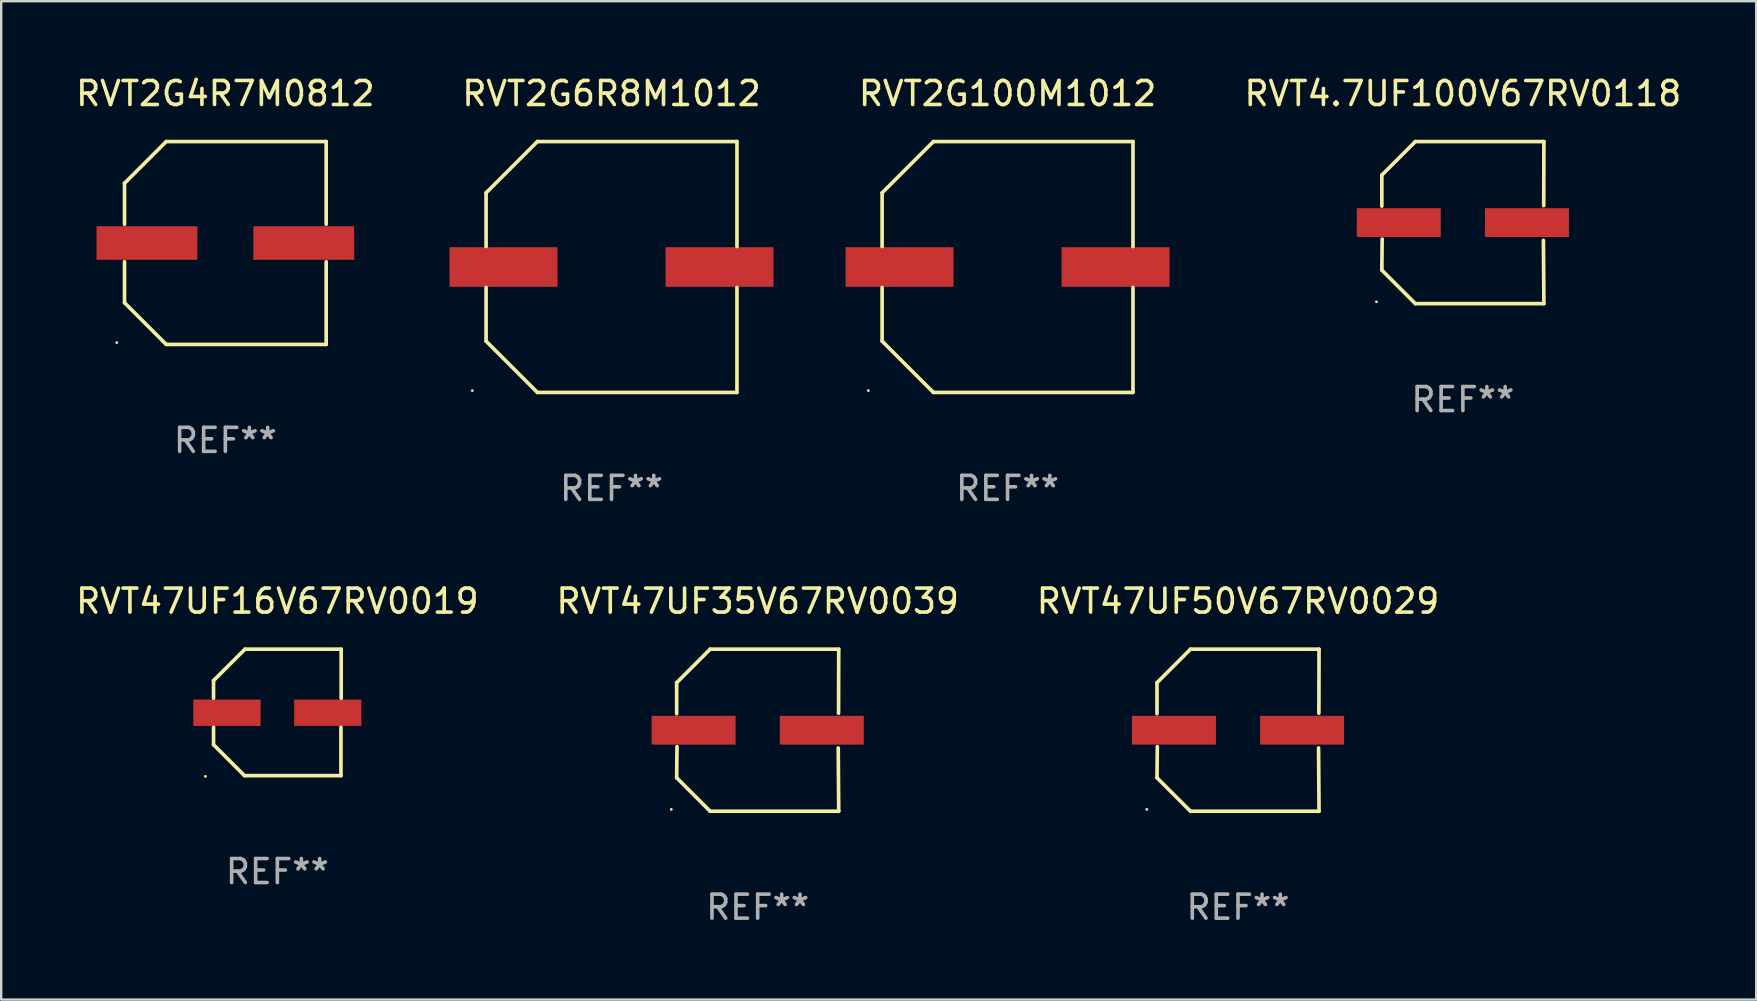
<source format=kicad_pcb>
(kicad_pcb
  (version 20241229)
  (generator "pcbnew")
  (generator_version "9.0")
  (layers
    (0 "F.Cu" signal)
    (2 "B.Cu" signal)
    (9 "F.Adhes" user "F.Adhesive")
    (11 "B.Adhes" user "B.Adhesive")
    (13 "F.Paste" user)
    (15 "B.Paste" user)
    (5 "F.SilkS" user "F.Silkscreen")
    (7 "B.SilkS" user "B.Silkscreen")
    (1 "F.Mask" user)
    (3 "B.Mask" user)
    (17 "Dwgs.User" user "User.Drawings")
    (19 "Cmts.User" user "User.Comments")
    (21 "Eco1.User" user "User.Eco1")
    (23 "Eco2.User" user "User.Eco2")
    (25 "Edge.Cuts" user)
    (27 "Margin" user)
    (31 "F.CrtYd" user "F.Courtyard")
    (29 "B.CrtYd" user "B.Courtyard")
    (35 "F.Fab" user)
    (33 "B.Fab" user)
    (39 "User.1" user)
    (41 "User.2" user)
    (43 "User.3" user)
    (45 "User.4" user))
  (footprint "RVT2G4R7M0812"
    (layer "F.Cu")
    (at 6.339 7.074)
    (property "Reference" "RVT2G4R7M0812" (at 0 -6.226 0) (layer "F.SilkS") (effects (font (size 1 1) (thickness 0.15))))
    (attr through_hole)
    (fp_line (start -4.201 -2.49) (end -4.201 -0.782) (stroke (width 0.152) (type solid)) (layer "F.SilkS"))
    (fp_line (start -4.201 2.49) (end -4.201 0.782) (stroke (width 0.152) (type solid)) (layer "F.SilkS"))
    (fp_line (start -2.465 -4.226) (end -4.201 -2.49) (stroke (width 0.152) (type solid)) (layer "F.SilkS"))
    (fp_line (start -2.465 4.226) (end -4.201 2.49) (stroke (width 0.152) (type solid)) (layer "F.SilkS"))
    (fp_line (start 4.201 -4.226) (end -2.465 -4.226) (stroke (width 0.152) (type solid)) (layer "F.SilkS"))
    (fp_line (start 4.201 -0.782) (end 4.201 -4.226) (stroke (width 0.152) (type solid)) (layer "F.SilkS"))
    (fp_line (start 4.201 0.782) (end 4.201 4.226) (stroke (width 0.152) (type solid)) (layer "F.SilkS"))
    (fp_line (start 4.201 4.226) (end -2.465 4.226) (stroke (width 0.152) (type solid)) (layer "F.SilkS"))
    (fp_circle (center -4.524 4.15) (end -4.494 4.15) (stroke (width 0.06) (type solid)) (fill no) (layer "F.SilkS"))
    (fp_text user "REF**" (at 0 8.226 0) (layer "F.Fab") (effects (font (size 1 1) (thickness 0.15))))
    (pad "1" smd rect (at -3.267 0) (size 4.2 1.4) (layers "F.Cu" "F.Mask" "F.Paste"))
    (pad "2" smd rect (at 3.267 0) (size 4.2 1.4) (layers "F.Cu" "F.Mask" "F.Paste")))
  (footprint "RVT4.7UF100V67RV0118"
    (layer "F.Cu")
    (at 57.898 6.224)
    (property "Reference" "RVT4.7UF100V67RV0118" (at 0 -5.376 0) (layer "F.SilkS") (effects (font (size 1 1) (thickness 0.15))))
    (attr through_hole)
    (fp_line (start -3.376 -1.98) (end -3.376 -0.686) (stroke (width 0.152) (type solid)) (layer "F.SilkS"))
    (fp_line (start -3.376 1.981) (end -3.362 0.686) (stroke (width 0.152) (type solid)) (layer "F.SilkS"))
    (fp_line (start -1.981 3.376) (end -3.376 1.981) (stroke (width 0.152) (type solid)) (layer "F.SilkS"))
    (fp_line (start -1.98 -3.376) (end -3.376 -1.98) (stroke (width 0.152) (type solid)) (layer "F.SilkS"))
    (fp_line (start 3.356 0.74) (end 3.376 3.376) (stroke (width 0.152) (type solid)) (layer "F.SilkS"))
    (fp_line (start 3.369 -0.707) (end 3.376 -3.376) (stroke (width 0.152) (type solid)) (layer "F.SilkS"))
    (fp_line (start 3.376 3.376) (end -1.981 3.376) (stroke (width 0.152) (type solid)) (layer "F.SilkS"))
    (fp_line (start 3.376 -3.376) (end -1.98 -3.376) (stroke (width 0.152) (type solid)) (layer "F.SilkS"))
    (fp_circle (center -3.6 3.3) (end -3.57 3.3) (stroke (width 0.06) (type solid)) (fill no) (layer "F.SilkS"))
    (fp_text user "REF**" (at 0 7.376 0) (layer "F.Fab") (effects (font (size 1 1) (thickness 0.15))))
    (pad "1" smd rect (at -2.67 0.000381) (size 3.5 1.2) (layers "F.Cu" "F.Mask" "F.Paste"))
    (pad "2" smd rect (at 2.67 0.000381) (size 3.5 1.2) (layers "F.Cu" "F.Mask" "F.Paste")))
  (footprint "RVT47UF50V67RV0029"
    (layer "F.Cu")
    (at 48.53 27.373)
    (property "Reference" "RVT47UF50V67RV0029" (at 0 -5.376 0) (layer "F.SilkS") (effects (font (size 1 1) (thickness 0.15))))
    (attr through_hole)
    (fp_line (start -3.376 -1.98) (end -3.376 -0.686) (stroke (width 0.152) (type solid)) (layer "F.SilkS"))
    (fp_line (start -3.376 1.981) (end -3.362 0.686) (stroke (width 0.152) (type solid)) (layer "F.SilkS"))
    (fp_line (start -1.981 3.376) (end -3.376 1.981) (stroke (width 0.152) (type solid)) (layer "F.SilkS"))
    (fp_line (start -1.98 -3.376) (end -3.376 -1.98) (stroke (width 0.152) (type solid)) (layer "F.SilkS"))
    (fp_line (start 3.356 0.74) (end 3.376 3.376) (stroke (width 0.152) (type solid)) (layer "F.SilkS"))
    (fp_line (start 3.369 -0.707) (end 3.376 -3.376) (stroke (width 0.152) (type solid)) (layer "F.SilkS"))
    (fp_line (start 3.376 3.376) (end -1.981 3.376) (stroke (width 0.152) (type solid)) (layer "F.SilkS"))
    (fp_line (start 3.376 -3.376) (end -1.98 -3.376) (stroke (width 0.152) (type solid)) (layer "F.SilkS"))
    (fp_circle (center -3.8 3.3) (end -3.77 3.3) (stroke (width 0.06) (type solid)) (fill no) (layer "F.SilkS"))
    (fp_text user "REF**" (at 0 7.376 0) (layer "F.Fab") (effects (font (size 1 1) (thickness 0.15))))
    (pad "1" smd rect (at -2.67 0.000203) (size 3.5 1.2) (layers "F.Cu" "F.Mask" "F.Paste"))
    (pad "2" smd rect (at 2.67 0.000203) (size 3.5 1.2) (layers "F.Cu" "F.Mask" "F.Paste")))
  (footprint "RVT47UF16V67RV0019"
    (layer "F.Cu")
    (at 8.506 26.631)
    (property "Reference" "RVT47UF16V67RV0019" (at 0 -4.634 0) (layer "F.SilkS") (effects (font (size 1 1) (thickness 0.15))))
    (attr through_hole)
    (fp_line (start -2.659 -1.326) (end -2.659 -0.592) (stroke (width 0.152) (type solid)) (layer "F.SilkS"))
    (fp_line (start -2.659 1.346) (end -2.659 0.622) (stroke (width 0.152) (type solid)) (layer "F.SilkS"))
    (fp_line (start -1.372 2.634) (end -2.659 1.346) (stroke (width 0.152) (type solid)) (layer "F.SilkS"))
    (fp_line (start -1.349 -2.634) (end -2.659 -1.326) (stroke (width 0.152) (type solid)) (layer "F.SilkS"))
    (fp_line (start 2.649 0.622) (end 2.649 2.634) (stroke (width 0.152) (type solid)) (layer "F.SilkS"))
    (fp_line (start 2.649 2.634) (end -1.372 2.634) (stroke (width 0.152) (type solid)) (layer "F.SilkS"))
    (fp_line (start 2.659 -2.634) (end -1.349 -2.634) (stroke (width 0.152) (type solid)) (layer "F.SilkS"))
    (fp_line (start 2.659 -0.592) (end 2.659 -2.634) (stroke (width 0.152) (type solid)) (layer "F.SilkS"))
    (fp_circle (center -3 2.665) (end -2.97 2.665) (stroke (width 0.06) (type solid)) (fill no) (layer "F.SilkS"))
    (fp_text user "REF**" (at 0 6.634 0) (layer "F.Fab") (effects (font (size 1 1) (thickness 0.15))))
    (pad "1" smd rect (at -2.1 0.015) (size 2.8 1.1) (layers "F.Cu" "F.Mask" "F.Paste"))
    (pad "2" smd rect (at 2.1 0.015) (size 2.8 1.1) (layers "F.Cu" "F.Mask" "F.Paste")))
  (footprint "RVT47UF35V67RV0039"
    (layer "F.Cu")
    (at 28.518 27.373)
    (property "Reference" "RVT47UF35V67RV0039" (at 0 -5.376 0) (layer "F.SilkS") (effects (font (size 1 1) (thickness 0.15))))
    (attr through_hole)
    (fp_line (start -3.376 -1.98) (end -3.376 -0.686) (stroke (width 0.152) (type solid)) (layer "F.SilkS"))
    (fp_line (start -3.376 1.981) (end -3.362 0.686) (stroke (width 0.152) (type solid)) (layer "F.SilkS"))
    (fp_line (start -1.981 3.376) (end -3.376 1.981) (stroke (width 0.152) (type solid)) (layer "F.SilkS"))
    (fp_line (start -1.98 -3.376) (end -3.376 -1.98) (stroke (width 0.152) (type solid)) (layer "F.SilkS"))
    (fp_line (start 3.356 0.74) (end 3.376 3.376) (stroke (width 0.152) (type solid)) (layer "F.SilkS"))
    (fp_line (start 3.369 -0.707) (end 3.376 -3.376) (stroke (width 0.152) (type solid)) (layer "F.SilkS"))
    (fp_line (start 3.376 3.376) (end -1.981 3.376) (stroke (width 0.152) (type solid)) (layer "F.SilkS"))
    (fp_line (start 3.376 -3.376) (end -1.98 -3.376) (stroke (width 0.152) (type solid)) (layer "F.SilkS"))
    (fp_circle (center -3.6 3.3) (end -3.57 3.3) (stroke (width 0.06) (type solid)) (fill no) (layer "F.SilkS"))
    (fp_text user "REF**" (at 0 7.376 0) (layer "F.Fab") (effects (font (size 1 1) (thickness 0.15))))
    (pad "1" smd rect (at -2.67 0.000381) (size 3.5 1.2) (layers "F.Cu" "F.Mask" "F.Paste"))
    (pad "2" smd rect (at 2.67 0.000381) (size 3.5 1.2) (layers "F.Cu" "F.Mask" "F.Paste")))
  (footprint "RVT2G6R8M1012"
    (layer "F.Cu")
    (at 22.428 8.074)
    (property "Reference" "RVT2G6R8M1012" (at 0 -7.226 0) (layer "F.SilkS") (effects (font (size 1 1) (thickness 0.15))))
    (attr through_hole)
    (fp_line (start -5.226 -3.09) (end -5.226 -0.852) (stroke (width 0.152) (type solid)) (layer "F.SilkS"))
    (fp_line (start -5.226 3.09) (end -5.226 0.852) (stroke (width 0.152) (type solid)) (layer "F.SilkS"))
    (fp_line (start -3.09 -5.226) (end -5.226 -3.09) (stroke (width 0.152) (type solid)) (layer "F.SilkS"))
    (fp_line (start -3.09 5.226) (end -5.226 3.09) (stroke (width 0.152) (type solid)) (layer "F.SilkS"))
    (fp_line (start 5.226 -5.226) (end -3.09 -5.226) (stroke (width 0.152) (type solid)) (layer "F.SilkS"))
    (fp_line (start 5.226 -0.852) (end 5.226 -5.226) (stroke (width 0.152) (type solid)) (layer "F.SilkS"))
    (fp_line (start 5.226 0.852) (end 5.226 5.226) (stroke (width 0.152) (type solid)) (layer "F.SilkS"))
    (fp_line (start 5.226 5.226) (end -3.09 5.226) (stroke (width 0.152) (type solid)) (layer "F.SilkS"))
    (fp_circle (center -5.8 5.15) (end -5.77 5.15) (stroke (width 0.06) (type solid)) (fill no) (layer "F.SilkS"))
    (fp_text user "REF**" (at 0 9.226 0) (layer "F.Fab") (effects (font (size 1 1) (thickness 0.15))))
    (pad "1" smd rect (at -4.5 0) (size 4.5 1.65) (layers "F.Cu" "F.Mask" "F.Paste"))
    (pad "2" smd rect (at 4.5 0) (size 4.5 1.65) (layers "F.Cu" "F.Mask" "F.Paste")))
  (footprint "RVT2G100M1012"
    (layer "F.Cu")
    (at 38.928 8.074)
    (property "Reference" "RVT2G100M1012" (at 0 -7.226 0) (layer "F.SilkS") (effects (font (size 1 1) (thickness 0.15))))
    (attr through_hole)
    (fp_line (start -5.226 -3.09) (end -5.226 -0.852) (stroke (width 0.152) (type solid)) (layer "F.SilkS"))
    (fp_line (start -5.226 3.09) (end -5.226 0.852) (stroke (width 0.152) (type solid)) (layer "F.SilkS"))
    (fp_line (start -3.09 -5.226) (end -5.226 -3.09) (stroke (width 0.152) (type solid)) (layer "F.SilkS"))
    (fp_line (start -3.09 5.226) (end -5.226 3.09) (stroke (width 0.152) (type solid)) (layer "F.SilkS"))
    (fp_line (start 5.226 -5.226) (end -3.09 -5.226) (stroke (width 0.152) (type solid)) (layer "F.SilkS"))
    (fp_line (start 5.226 -0.852) (end 5.226 -5.226) (stroke (width 0.152) (type solid)) (layer "F.SilkS"))
    (fp_line (start 5.226 0.852) (end 5.226 5.226) (stroke (width 0.152) (type solid)) (layer "F.SilkS"))
    (fp_line (start 5.226 5.226) (end -3.09 5.226) (stroke (width 0.152) (type solid)) (layer "F.SilkS"))
    (fp_circle (center -5.8 5.15) (end -5.77 5.15) (stroke (width 0.06) (type solid)) (fill no) (layer "F.SilkS"))
    (fp_text user "REF**" (at 0 9.226 0) (layer "F.Fab") (effects (font (size 1 1) (thickness 0.15))))
    (pad "1" smd rect (at -4.5 0) (size 4.5 1.65) (layers "F.Cu" "F.Mask" "F.Paste"))
    (pad "2" smd rect (at 4.5 0) (size 4.5 1.65) (layers "F.Cu" "F.Mask" "F.Paste")))
  (gr_rect
    (start -3 -3)
    (end 70.119 38.597)
    (stroke (width 0.1) (type default))
    (fill no)
    (layer "Edge.Cuts")))
</source>
